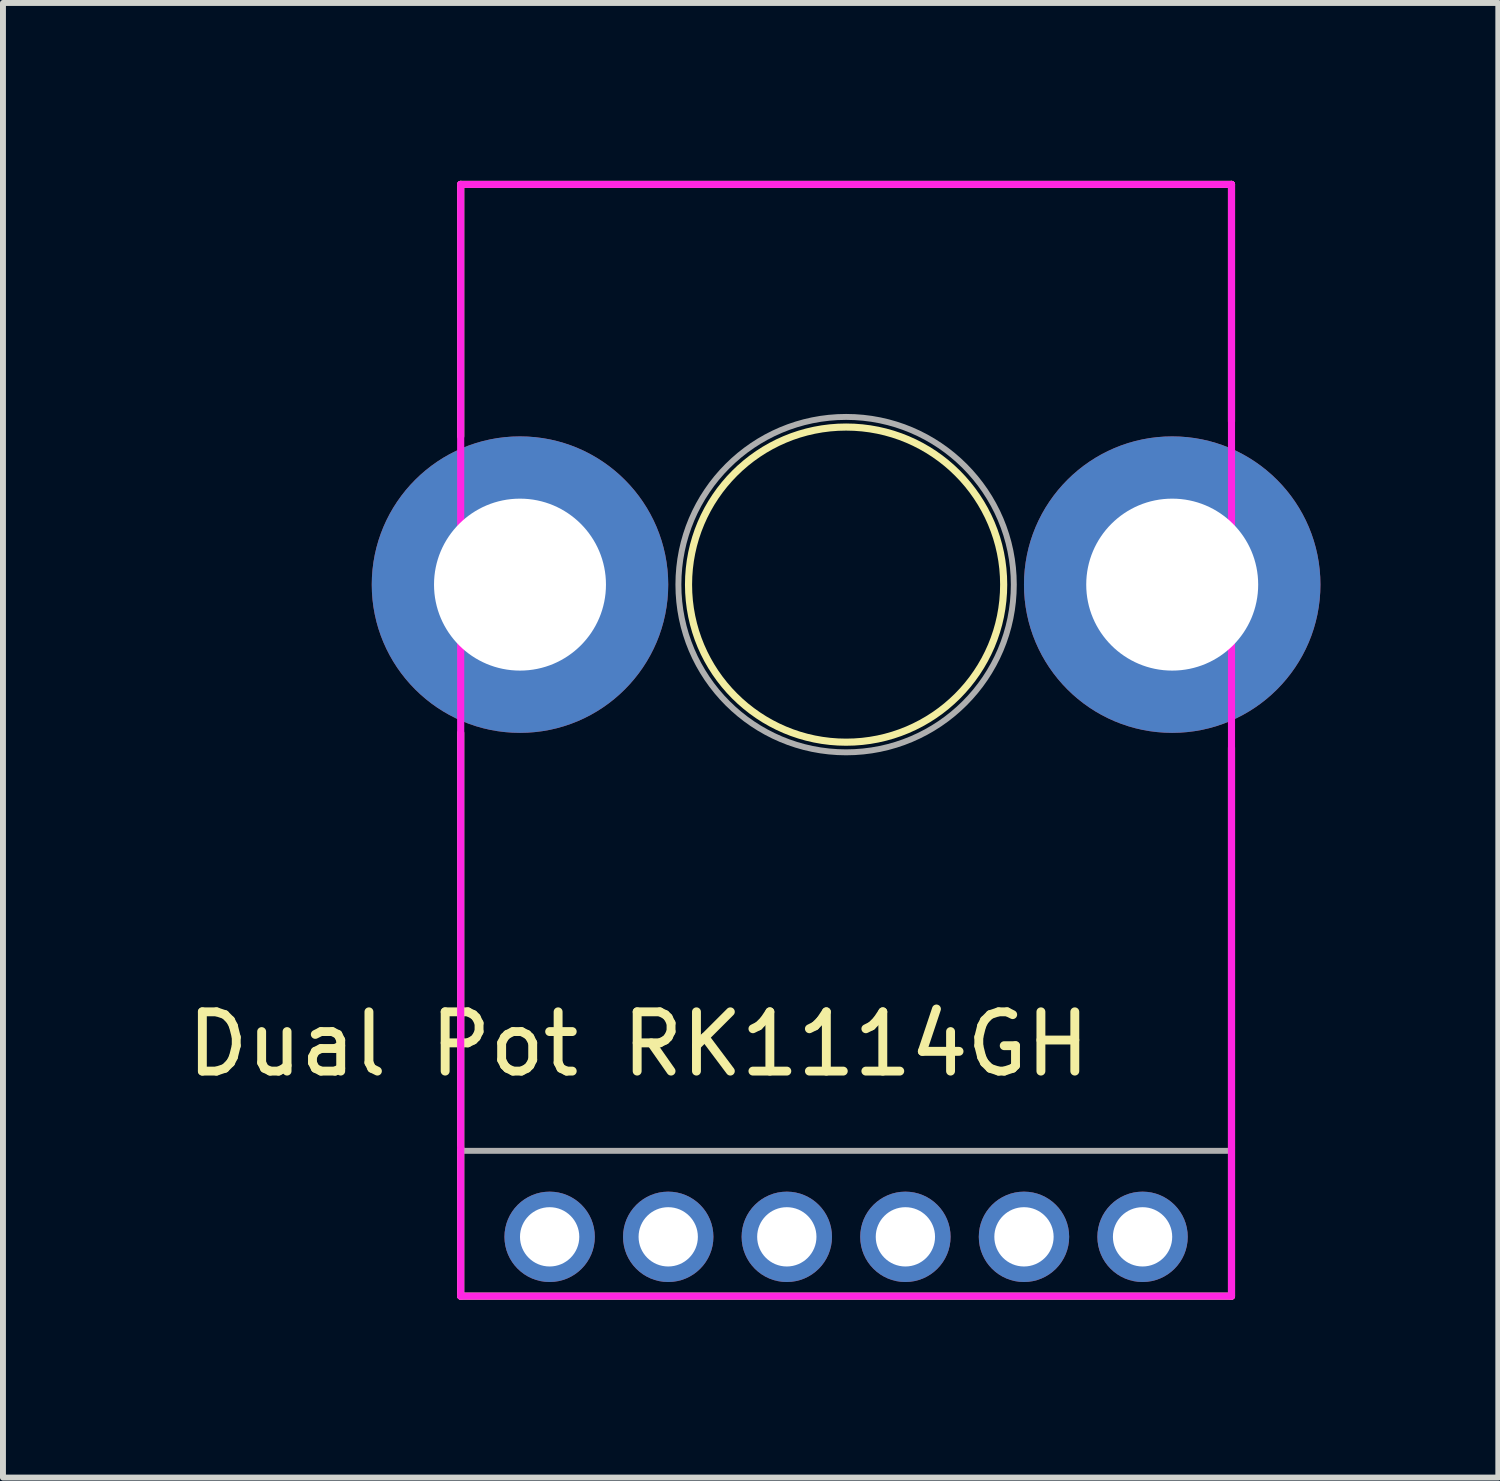
<source format=kicad_pcb>
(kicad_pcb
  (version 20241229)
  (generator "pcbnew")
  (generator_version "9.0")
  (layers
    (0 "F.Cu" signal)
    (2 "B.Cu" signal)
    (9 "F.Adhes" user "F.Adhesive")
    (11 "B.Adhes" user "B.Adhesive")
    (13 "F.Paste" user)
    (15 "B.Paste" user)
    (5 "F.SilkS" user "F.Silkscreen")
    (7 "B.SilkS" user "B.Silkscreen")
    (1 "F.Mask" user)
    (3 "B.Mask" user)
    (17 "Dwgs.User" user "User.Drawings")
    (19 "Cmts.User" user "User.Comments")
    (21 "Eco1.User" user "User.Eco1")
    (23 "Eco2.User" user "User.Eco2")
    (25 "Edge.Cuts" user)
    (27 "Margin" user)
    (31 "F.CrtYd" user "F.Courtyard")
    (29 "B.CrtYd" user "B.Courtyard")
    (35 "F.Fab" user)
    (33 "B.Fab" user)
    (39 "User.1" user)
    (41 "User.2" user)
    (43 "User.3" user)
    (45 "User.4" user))
  (footprint "Dual Pot RK1114GH"
    (layer "F.Cu")
    (at 11.22 17.81)
    (property "Reference" "Dual Pot RK1114GH" (at -3.5 -3.25 0) (unlocked yes) (layer "F.SilkS") (effects (font (size 1 1) (thickness 0.15))))
    (attr through_hole)
    (fp_line (start -6.5 -17.75) (end 6.5 -17.75) (stroke (width 0.12) (type solid)) (layer "F.SilkS"))
    (fp_line (start -6.5 -13.5) (end -6.5 -17.75) (stroke (width 0.12) (type solid)) (layer "F.SilkS"))
    (fp_line (start -6.5 1) (end -6.5 -8.5) (stroke (width 0.12) (type solid)) (layer "F.SilkS"))
    (fp_line (start 6.5 -17.75) (end 6.5 -13.75) (stroke (width 0.12) (type solid)) (layer "F.SilkS"))
    (fp_line (start 6.5 -8.25) (end 6.5 1) (stroke (width 0.12) (type solid)) (layer "F.SilkS"))
    (fp_line (start 6.5 1) (end -6.5 1) (stroke (width 0.12) (type solid)) (layer "F.SilkS"))
    (fp_circle (center 0 -11) (end -1.75 -13) (stroke (width 0.12) (type solid)) (fill no) (layer "F.SilkS"))
    (fp_line (start -6.5 -17.75) (end -6.5 -1.5) (stroke (width 0.12) (type solid)) (layer "F.CrtYd"))
    (fp_line (start -6.5 -1.5) (end -6.5 1) (stroke (width 0.12) (type solid)) (layer "F.CrtYd"))
    (fp_line (start -6.5 1) (end 6.5 1) (stroke (width 0.12) (type solid)) (layer "F.CrtYd"))
    (fp_line (start 6.5 -17.75) (end -6.5 -17.75) (stroke (width 0.12) (type solid)) (layer "F.CrtYd"))
    (fp_line (start 6.5 -1.5) (end 6.5 -17.75) (stroke (width 0.12) (type solid)) (layer "F.CrtYd"))
    (fp_line (start 6.5 1) (end 6.5 -1.5) (stroke (width 0.12) (type solid)) (layer "F.CrtYd"))
    (fp_line (start -6.5 -17.75) (end -6.5 -1.45) (stroke (width 0.1) (type solid)) (layer "F.Fab"))
    (fp_line (start -6.5 -17.75) (end 6.5 -17.75) (stroke (width 0.1) (type solid)) (layer "F.Fab"))
    (fp_line (start -6.5 -1.45) (end 6.5 -1.45) (stroke (width 0.1) (type solid)) (layer "F.Fab"))
    (fp_line (start 6.5 -17.75) (end 6.5 -1.45) (stroke (width 0.1) (type solid)) (layer "F.Fab"))
    (fp_circle (center 0 -11) (end -2 -13) (stroke (width 0.1) (type solid)) (fill no) (layer "F.Fab"))
    (pad "1" thru_hole circle (at -3 0) (size 1.524 1.524) (drill 1) (layers "*.Cu" "*.Mask"))
    (pad "2" thru_hole circle (at -5 0) (size 1.524 1.524) (drill 1) (layers "*.Cu" "*.Mask"))
    (pad "3" thru_hole circle (at 5 0) (size 1.524 1.524) (drill 1) (layers "*.Cu" "*.Mask"))
    (pad "4" thru_hole circle (at -1 0) (size 1.524 1.524) (drill 1) (layers "*.Cu" "*.Mask"))
    (pad "5" thru_hole circle (at 1 0) (size 1.524 1.524) (drill 1) (layers "*.Cu" "*.Mask"))
    (pad "6" thru_hole circle (at 3 0) (size 1.524 1.524) (drill 1) (layers "*.Cu" "*.Mask"))
    (pad "MP" thru_hole circle (at -5.5 -11) (size 5 5) (drill 2.9) (layers "*.Cu" "*.Mask"))
    (pad "MP" thru_hole circle (at 5.5 -11) (size 5 5) (drill 2.9) (layers "*.Cu" "*.Mask")))
  (gr_rect
    (start -3 -3)
    (end 22.22 21.87)
    (stroke (width 0.1) (type default))
    (fill no)
    (layer "Edge.Cuts")))
</source>
